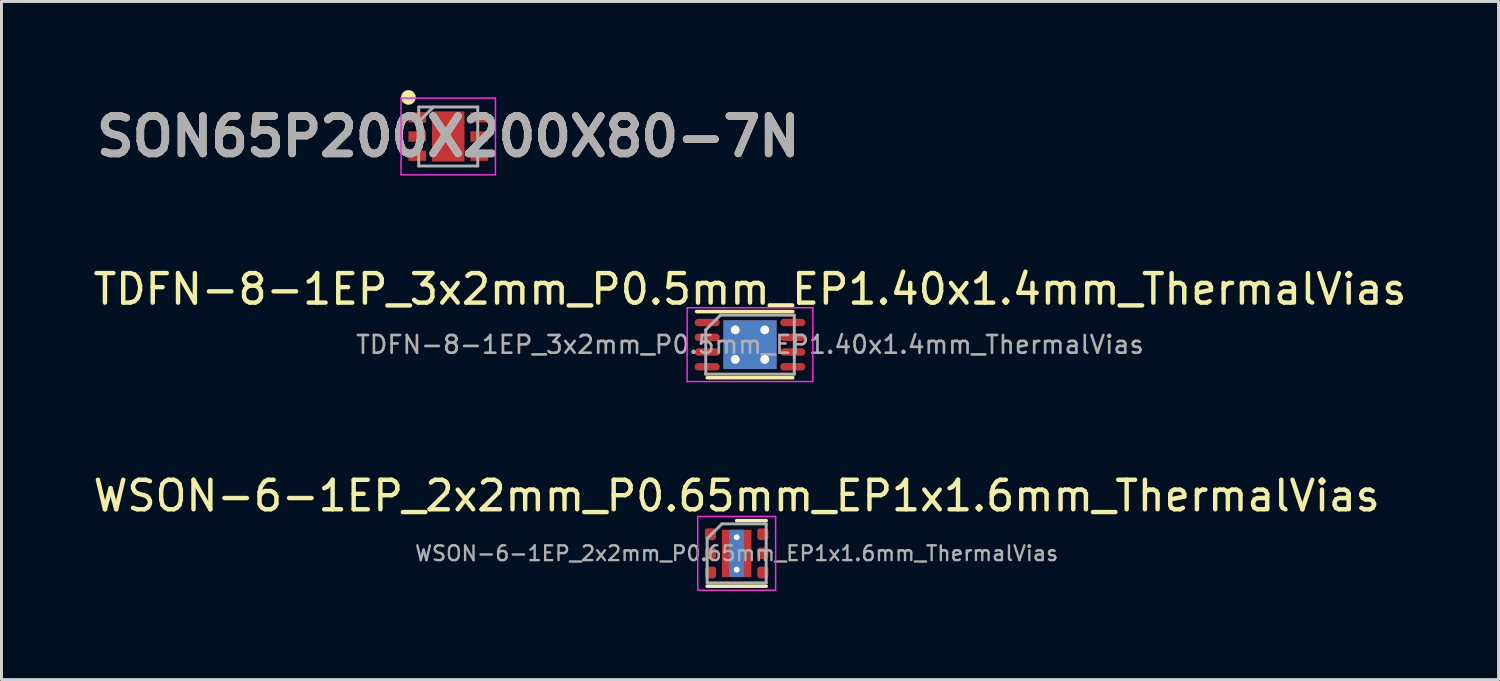
<source format=kicad_pcb>
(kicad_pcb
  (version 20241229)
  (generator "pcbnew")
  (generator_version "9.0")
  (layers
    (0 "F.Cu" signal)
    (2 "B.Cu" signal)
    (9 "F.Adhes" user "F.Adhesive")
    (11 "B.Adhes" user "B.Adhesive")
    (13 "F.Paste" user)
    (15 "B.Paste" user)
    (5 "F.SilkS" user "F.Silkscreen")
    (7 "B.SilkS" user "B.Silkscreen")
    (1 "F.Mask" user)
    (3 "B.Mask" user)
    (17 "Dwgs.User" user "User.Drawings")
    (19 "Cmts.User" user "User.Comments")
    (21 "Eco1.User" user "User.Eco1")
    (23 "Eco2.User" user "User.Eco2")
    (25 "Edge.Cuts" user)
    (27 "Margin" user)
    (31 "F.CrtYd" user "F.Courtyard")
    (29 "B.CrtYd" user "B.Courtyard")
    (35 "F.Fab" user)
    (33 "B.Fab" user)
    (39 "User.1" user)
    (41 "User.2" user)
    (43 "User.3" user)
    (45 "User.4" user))
  (footprint "WSON-6-1EP_2x2mm_P0.65mm_EP1x1.6mm_ThermalVias"
    (layer "F.Cu")
    (at 21.911 15.701)
    (property "Reference" "WSON-6-1EP_2x2mm_P0.65mm_EP1x1.6mm_ThermalVias" (at 0 -1.95 0) (layer "F.SilkS") (effects (font (size 1 1) (thickness 0.15))))
    (attr smd)
    (fp_line (start -1 1.11) (end 1 1.11) (stroke (width 0.12) (type solid)) (layer "F.SilkS"))
    (fp_line (start 0 -1.11) (end 1 -1.11) (stroke (width 0.12) (type solid)) (layer "F.SilkS"))
    (fp_line (start -1.32 -1.25) (end -1.32 1.25) (stroke (width 0.05) (type solid)) (layer "F.CrtYd"))
    (fp_line (start -1.32 1.25) (end 1.32 1.25) (stroke (width 0.05) (type solid)) (layer "F.CrtYd"))
    (fp_line (start 1.32 -1.25) (end -1.32 -1.25) (stroke (width 0.05) (type solid)) (layer "F.CrtYd"))
    (fp_line (start 1.32 1.25) (end 1.32 -1.25) (stroke (width 0.05) (type solid)) (layer "F.CrtYd"))
    (fp_line (start -1 -0.5) (end -0.5 -1) (stroke (width 0.1) (type solid)) (layer "F.Fab"))
    (fp_line (start -1 1) (end -1 -0.5) (stroke (width 0.1) (type solid)) (layer "F.Fab"))
    (fp_line (start -0.5 -1) (end 1 -1) (stroke (width 0.1) (type solid)) (layer "F.Fab"))
    (fp_line (start 1 -1) (end 1 1) (stroke (width 0.1) (type solid)) (layer "F.Fab"))
    (fp_line (start 1 1) (end -1 1) (stroke (width 0.1) (type solid)) (layer "F.Fab"))
    (fp_text user "${REFERENCE}" (at 0 0 0) (layer "F.Fab") (effects (font (size 0.5 0.5) (thickness 0.08))))
    (pad "" smd roundrect (at 0 -0.4) (size 0.87 0.69) (layers "F.Paste") (roundrect_rratio 0.25))
    (pad "" smd roundrect (at 0 0.4) (size 0.87 0.69) (layers "F.Paste") (roundrect_rratio 0.25))
    (pad "1" smd roundrect (at -0.887 -0.65) (size 0.375 0.4) (layers "F.Cu" "F.Mask" "F.Paste") (roundrect_rratio 0.25))
    (pad "2" smd roundrect (at -0.887 0) (size 0.375 0.4) (layers "F.Cu" "F.Mask" "F.Paste") (roundrect_rratio 0.25))
    (pad "3" smd roundrect (at -0.887 0.65) (size 0.375 0.4) (layers "F.Cu" "F.Mask" "F.Paste") (roundrect_rratio 0.25))
    (pad "4" smd roundrect (at 0.887 0.65) (size 0.375 0.4) (layers "F.Cu" "F.Mask" "F.Paste") (roundrect_rratio 0.25))
    (pad "5" smd roundrect (at 0.887 0) (size 0.375 0.4) (layers "F.Cu" "F.Mask" "F.Paste") (roundrect_rratio 0.25))
    (pad "6" smd roundrect (at 0.887 -0.65) (size 0.375 0.4) (layers "F.Cu" "F.Mask" "F.Paste") (roundrect_rratio 0.25))
    (pad "7" thru_hole circle (at 0 -0.55) (size 0.5 0.5) (drill 0.2) (layers "*.Cu"))
    (pad "7" smd rect (at 0 0) (size 0.5 1.6) (layers "B.Cu"))
    (pad "7" smd rect (at 0 0) (size 1 1.6) (layers "F.Cu" "F.Mask"))
    (pad "7" thru_hole circle (at 0 0.55) (size 0.5 0.5) (drill 0.2) (layers "*.Cu")))
  (footprint "TDFN-8-1EP_3x2mm_P0.5mm_EP1.40x1.4mm_ThermalVias"
    (layer "F.Cu")
    (at 22.363 8.628)
    (property "Reference" "TDFN-8-1EP_3x2mm_P0.5mm_EP1.40x1.4mm_ThermalVias" (at 0 -1.88 0) (layer "F.SilkS") (effects (font (size 1 1) (thickness 0.15))))
    (attr smd)
    (fp_line (start -1.81 -1.12) (end 1.45 -1.12) (stroke (width 0.12) (type solid)) (layer "F.SilkS"))
    (fp_line (start -1.45 1.12) (end 1.45 1.12) (stroke (width 0.12) (type solid)) (layer "F.SilkS"))
    (fp_line (start -2.13 -1.25) (end -2.13 1.25) (stroke (width 0.05) (type solid)) (layer "F.CrtYd"))
    (fp_line (start -2.13 1.25) (end 2.13 1.25) (stroke (width 0.05) (type solid)) (layer "F.CrtYd"))
    (fp_line (start 2.13 -1.25) (end -2.13 -1.25) (stroke (width 0.05) (type solid)) (layer "F.CrtYd"))
    (fp_line (start 2.13 1.25) (end 2.13 -1.25) (stroke (width 0.05) (type solid)) (layer "F.CrtYd"))
    (fp_line (start -1.5 -0.5) (end -1.5 1) (stroke (width 0.1) (type solid)) (layer "F.Fab"))
    (fp_line (start -1.5 1) (end 1.5 1) (stroke (width 0.1) (type solid)) (layer "F.Fab"))
    (fp_line (start -1 -1) (end -1.5 -0.5) (stroke (width 0.1) (type solid)) (layer "F.Fab"))
    (fp_line (start 1.5 -1) (end -1 -1) (stroke (width 0.1) (type solid)) (layer "F.Fab"))
    (fp_line (start 1.5 1) (end 1.5 -1) (stroke (width 0.1) (type solid)) (layer "F.Fab"))
    (fp_text user "${REFERENCE}" (at 0 0 0) (layer "F.Fab") (effects (font (size 0.6 0.6) (thickness 0.09))))
    (pad "" smd rect (at 0 -0.5) (size 0.7 0.65) (layers "F.Paste"))
    (pad "" smd rect (at 0 0) (size 1.8 0.7) (layers "F.Paste"))
    (pad "" smd rect (at 0 0.5) (size 0.7 0.65) (layers "F.Paste"))
    (pad "1" smd oval (at -1.45 -0.75) (size 0.85 0.25) (layers "F.Cu" "F.Mask" "F.Paste"))
    (pad "2" smd oval (at -1.45 -0.25) (size 0.85 0.25) (layers "F.Cu" "F.Mask" "F.Paste"))
    (pad "3" smd oval (at -1.45 0.25) (size 0.85 0.25) (layers "F.Cu" "F.Mask" "F.Paste"))
    (pad "4" smd oval (at -1.45 0.75) (size 0.85 0.25) (layers "F.Cu" "F.Mask" "F.Paste"))
    (pad "5" smd oval (at 1.45 0.75) (size 0.85 0.25) (layers "F.Cu" "F.Mask" "F.Paste"))
    (pad "6" smd oval (at 1.45 0.25) (size 0.85 0.25) (layers "F.Cu" "F.Mask" "F.Paste"))
    (pad "7" smd oval (at 1.45 -0.25) (size 0.85 0.25) (layers "F.Cu" "F.Mask" "F.Paste"))
    (pad "8" smd oval (at 1.45 -0.75) (size 0.85 0.25) (layers "F.Cu" "F.Mask" "F.Paste"))
    (pad "9" thru_hole circle (at -0.5 -0.5) (size 0.65 0.65) (drill 0.3) (layers "*.Cu"))
    (pad "9" thru_hole circle (at -0.5 0.5) (size 0.65 0.65) (drill 0.3) (layers "*.Cu"))
    (pad "9" smd rect (at 0 0) (size 1.8 1.65) (layers "F.Cu" "F.Mask"))
    (pad "9" smd rect (at 0 0) (size 1.8 1.65) (layers "B.Cu"))
    (pad "9" thru_hole circle (at 0.5 -0.5) (size 0.65 0.65) (drill 0.3) (layers "*.Cu"))
    (pad "9" thru_hole circle (at 0.5 0.5) (size 0.65 0.65) (drill 0.3) (layers "*.Cu")))
  (footprint "SON65P200X200X80-7N"
    (layer "F.Cu")
    (at 12.138 1.575)
    (property "Reference" "SON65P200X200X80-7N" (at 0 0 0) (layer "F.SilkS") (effects (font (size 1.27 1.27) (thickness 0.254))))
    (attr smd)
    (fp_circle (center -1.35 -1.325) (end -1.35 -1.2) (stroke (width 0.25) (type solid)) (fill no) (layer "F.SilkS"))
    (fp_line (start -1.6 -1.3) (end 1.6 -1.3) (stroke (width 0.05) (type solid)) (layer "F.CrtYd"))
    (fp_line (start -1.6 1.3) (end -1.6 -1.3) (stroke (width 0.05) (type solid)) (layer "F.CrtYd"))
    (fp_line (start 1.6 -1.3) (end 1.6 1.3) (stroke (width 0.05) (type solid)) (layer "F.CrtYd"))
    (fp_line (start 1.6 1.3) (end -1.6 1.3) (stroke (width 0.05) (type solid)) (layer "F.CrtYd"))
    (fp_line (start -1 -1) (end 1 -1) (stroke (width 0.1) (type solid)) (layer "F.Fab"))
    (fp_line (start -1 -0.5) (end -0.5 -1) (stroke (width 0.1) (type solid)) (layer "F.Fab"))
    (fp_line (start -1 1) (end -1 -1) (stroke (width 0.1) (type solid)) (layer "F.Fab"))
    (fp_line (start 1 -1) (end 1 1) (stroke (width 0.1) (type solid)) (layer "F.Fab"))
    (fp_line (start 1 1) (end -1 1) (stroke (width 0.1) (type solid)) (layer "F.Fab"))
    (fp_text user "${REFERENCE}" (at 0 0 0) (layer "F.Fab") (effects (font (size 1.27 1.27) (thickness 0.254))))
    (pad "1" smd rect (at -1.05 -0.65 90) (size 0.35 0.6) (layers "F.Cu" "F.Mask" "F.Paste"))
    (pad "2" smd rect (at -1.05 0 90) (size 0.35 0.6) (layers "F.Cu" "F.Mask" "F.Paste"))
    (pad "3" smd rect (at -1.05 0.65 90) (size 0.35 0.6) (layers "F.Cu" "F.Mask" "F.Paste"))
    (pad "4" smd rect (at 1.05 0.65 90) (size 0.35 0.6) (layers "F.Cu" "F.Mask" "F.Paste"))
    (pad "5" smd rect (at 1.05 0 90) (size 0.35 0.6) (layers "F.Cu" "F.Mask" "F.Paste"))
    (pad "6" smd rect (at 1.05 -0.65 90) (size 0.35 0.6) (layers "F.Cu" "F.Mask" "F.Paste"))
    (pad "7" smd rect (at 0 0) (size 1.1 1.7) (layers "F.Cu" "F.Mask" "F.Paste")))
  (gr_rect
    (start -3 -3)
    (end 47.726 19.977)
    (stroke (width 0.1) (type default))
    (fill no)
    (layer "Edge.Cuts")))
</source>
